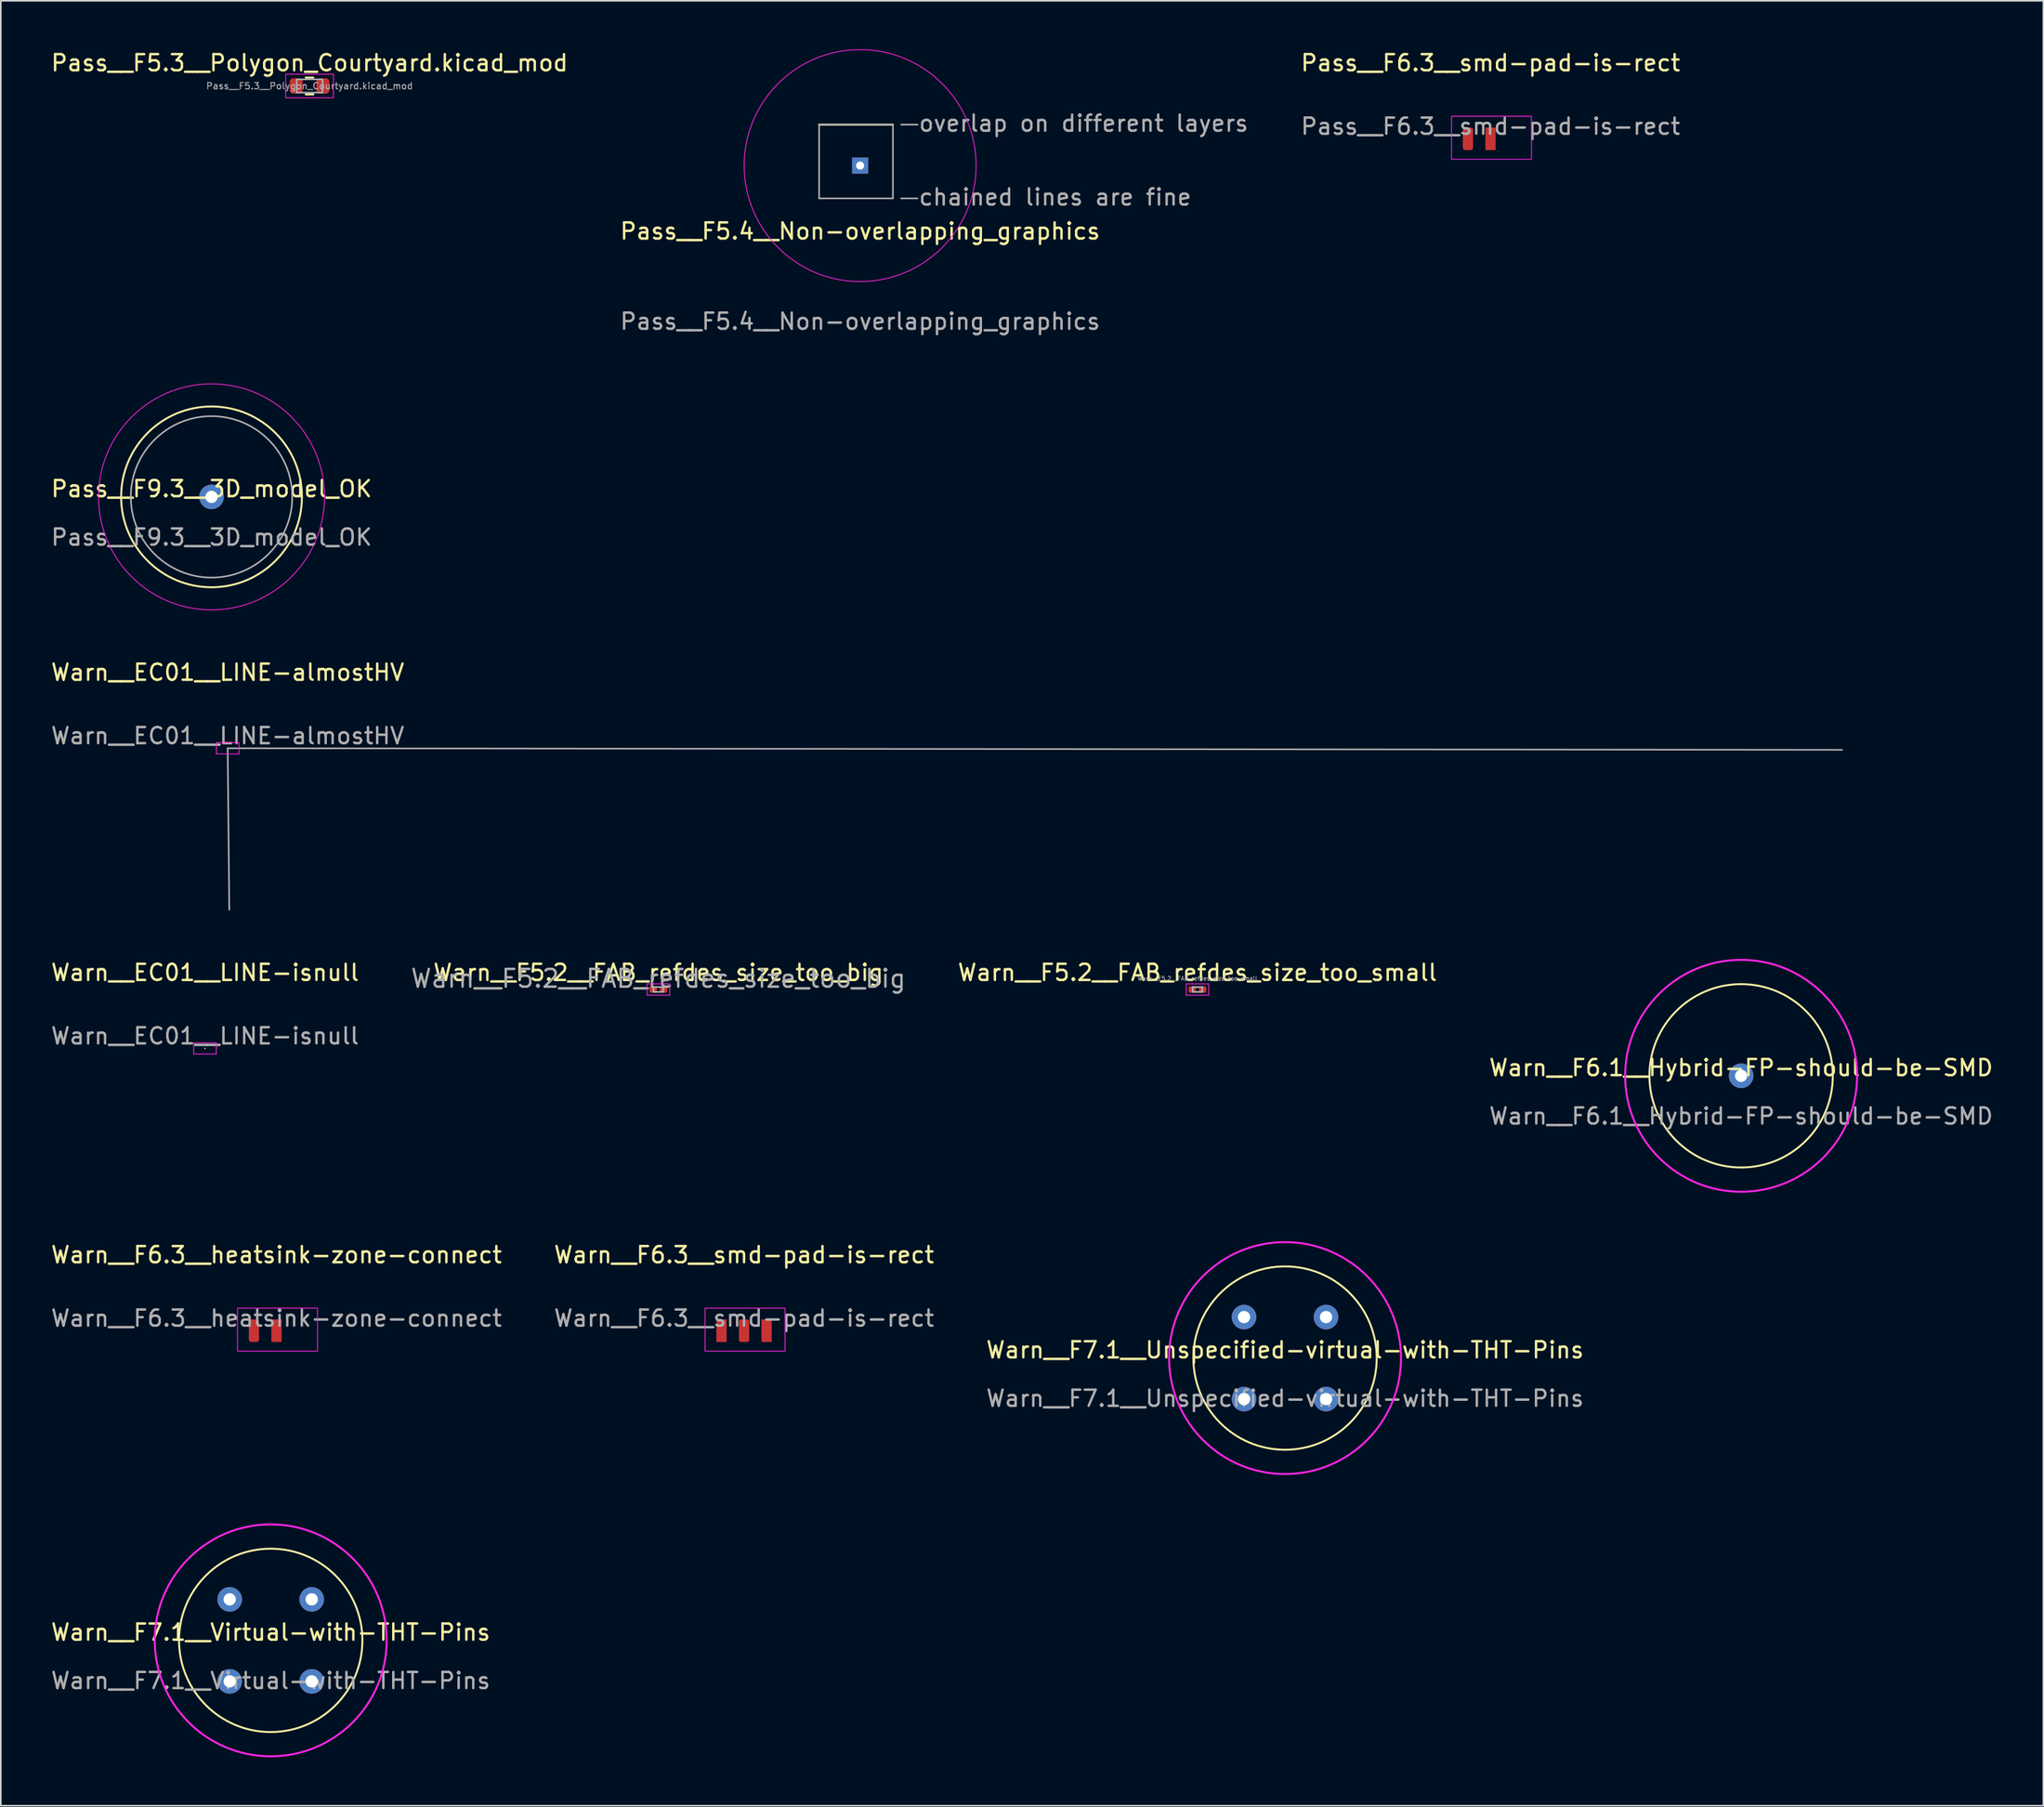
<source format=kicad_pcb>
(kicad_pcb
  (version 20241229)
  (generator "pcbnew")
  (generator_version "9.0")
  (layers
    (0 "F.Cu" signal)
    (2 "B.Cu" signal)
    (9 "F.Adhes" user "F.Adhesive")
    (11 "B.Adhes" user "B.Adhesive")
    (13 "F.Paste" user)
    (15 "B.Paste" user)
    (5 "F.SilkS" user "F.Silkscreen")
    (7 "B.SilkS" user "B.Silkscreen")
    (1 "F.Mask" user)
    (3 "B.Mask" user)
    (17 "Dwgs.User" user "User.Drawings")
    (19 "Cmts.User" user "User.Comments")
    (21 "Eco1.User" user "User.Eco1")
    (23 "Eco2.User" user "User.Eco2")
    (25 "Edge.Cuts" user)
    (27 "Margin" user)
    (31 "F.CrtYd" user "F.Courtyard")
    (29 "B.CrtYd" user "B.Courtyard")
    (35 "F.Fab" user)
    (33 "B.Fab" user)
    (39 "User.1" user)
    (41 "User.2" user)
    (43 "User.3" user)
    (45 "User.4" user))
  (footprint "Pass__F5.4__Non-overlapping_graphics"
    (layer "F.Cu")
    (at 50.232 7.209)
    (property "Reference" "Pass__F5.4__Non-overlapping_graphics" (at 0 4.064 0) (unlocked yes) (layer "F.SilkS") (effects (font (size 1 1) (thickness 0.15))))
    (attr through_hole)
    (fp_line (start -2.54 -2.54) (end 2.032 -2.54) (stroke (width 0.12) (type default)) (layer "F.SilkS"))
    (fp_circle (center 0 0) (end 5.08 -5.08) (stroke (width 0.05) (type solid)) (fill no) (layer "F.CrtYd"))
    (fp_line (start -2.54 -2.54) (end 2.032 -2.54) (stroke (width 0.1) (type default)) (layer "F.Fab"))
    (fp_line (start -2.54 2.032) (end -2.54 -2.54) (stroke (width 0.1) (type default)) (layer "F.Fab"))
    (fp_line (start 2.032 -2.54) (end 2.032 2.032) (stroke (width 0.1) (type default)) (layer "F.Fab"))
    (fp_line (start 2.032 2.032) (end -2.54 2.032) (stroke (width 0.1) (type default)) (layer "F.Fab"))
    (fp_line (start 3.556 -2.54) (end 2.54 -2.54) (stroke (width 0.1) (type default)) (layer "F.Fab"))
    (fp_line (start 3.556 2.032) (end 2.54 2.032) (stroke (width 0.1) (type default)) (layer "F.Fab"))
    (fp_text user "${REFERENCE}" (at 0 9.652 0) (unlocked yes) (layer "F.Fab") (effects (font (size 1 1) (thickness 0.15))))
    (fp_text user "chained lines are fine" (at 3.556 2.54 0) (unlocked yes) (layer "F.Fab") (effects (font (size 1 1) (thickness 0.15)) (justify left bottom)))
    (fp_text user "overlap on different layers" (at 3.556 -2.032 0) (unlocked yes) (layer "F.Fab") (effects (font (size 1 1) (thickness 0.15)) (justify left bottom)))
    (pad "1" thru_hole rect (at 0 0) (size 1 1) (drill 0.5) (layers "*.Cu" "*.Mask")))
  (footprint "Pass__F6.3__smd-pad-is-rect"
    (layer "F.Cu")
    (at 89.282 5.548)
    (property "Reference" "Pass__F6.3__smd-pad-is-rect" (at 0 -4.7 0) (layer "F.SilkS") (effects (font (size 1 1) (thickness 0.15))))
    (attr smd)
    (fp_rect (start -2.413 -1.397) (end 2.54 1.27) (stroke (width 0.05) (type solid)) (fill no) (layer "F.CrtYd"))
    (fp_text user "${REFERENCE}" (at 0 -0.77 0) (layer "F.Fab") (effects (font (size 1 1) (thickness 0.15))))
    (pad "1" smd roundrect (at -1.397 0) (size 0.635 1.397) (layers "F.Cu" "F.Mask" "F.Paste") (roundrect_rratio 0.25))
    (pad "2" smd rect (at 0 0) (size 0.635 1.397) (property pad_prop_heatsink) (layers "F.Cu" "F.Mask" "F.Paste")))
  (footprint "Warn__EC01__LINE-almostHV"
    (layer "F.Cu")
    (at 11.054 43.308)
    (property "Reference" "Warn__EC01__LINE-almostHV" (at 0 -4.7 0) (layer "F.SilkS") (effects (font (size 1 1) (thickness 0.15))))
    (fp_line (start -0.7 -0.35) (end 0.7 -0.35) (stroke (width 0.05) (type solid)) (layer "F.CrtYd"))
    (fp_line (start -0.7 0.35) (end -0.7 -0.35) (stroke (width 0.05) (type solid)) (layer "F.CrtYd"))
    (fp_line (start 0.7 -0.35) (end 0.7 0.35) (stroke (width 0.05) (type solid)) (layer "F.CrtYd"))
    (fp_line (start 0.7 0.35) (end -0.7 0.35) (stroke (width 0.05) (type solid)) (layer "F.CrtYd"))
    (fp_line (start 0 0) (end 0.1 10) (stroke (width 0.1) (type solid)) (layer "F.Fab"))
    (fp_line (start 0 0) (end 100 0.1) (stroke (width 0.1) (type solid)) (layer "F.Fab"))
    (fp_text user "${REFERENCE}" (at 0 -0.77 0) (layer "F.Fab") (effects (font (size 1 1) (thickness 0.15)))))
  (footprint "Warn__F5.2__FAB_refdes_size_too_small"
    (layer "F.Cu")
    (at 71.129 58.256)
    (property "Reference" "Warn__F5.2__FAB_refdes_size_too_small" (at 0 -1.05 0) (layer "F.SilkS") (effects (font (size 1 1) (thickness 0.15))))
    (attr smd)
    (fp_line (start -0.7 -0.35) (end 0.7 -0.35) (stroke (width 0.05) (type solid)) (layer "F.CrtYd"))
    (fp_line (start -0.7 0.35) (end -0.7 -0.35) (stroke (width 0.05) (type solid)) (layer "F.CrtYd"))
    (fp_line (start 0.7 -0.35) (end 0.7 0.35) (stroke (width 0.05) (type solid)) (layer "F.CrtYd"))
    (fp_line (start 0.7 0.35) (end -0.7 0.35) (stroke (width 0.05) (type solid)) (layer "F.CrtYd"))
    (fp_line (start -0.3 -0.15) (end 0.3 -0.15) (stroke (width 0.1) (type solid)) (layer "F.Fab"))
    (fp_line (start -0.3 0.15) (end -0.3 -0.15) (stroke (width 0.1) (type solid)) (layer "F.Fab"))
    (fp_line (start 0.3 -0.15) (end 0.3 0.15) (stroke (width 0.1) (type solid)) (layer "F.Fab"))
    (fp_line (start 0.3 0.15) (end -0.3 0.15) (stroke (width 0.1) (type solid)) (layer "F.Fab"))
    (fp_text user "${REFERENCE}" (at 0 -0.68 0) (layer "F.Fab") (effects (font (size 0.25 0.25) (thickness 0.04))))
    (pad "" smd roundrect (at -0.345 0) (size 0.318 0.36) (layers "F.Paste") (roundrect_rratio 0.25))
    (pad "" smd roundrect (at 0.345 0) (size 0.318 0.36) (layers "F.Paste") (roundrect_rratio 0.25))
    (pad "1" smd roundrect (at -0.32 0) (size 0.46 0.4) (layers "F.Cu" "F.Mask") (roundrect_rratio 0.25))
    (pad "2" smd roundrect (at 0.32 0) (size 0.46 0.4) (layers "F.Cu" "F.Mask") (roundrect_rratio 0.25)))
  (footprint "Warn__F6.3__heatsink-zone-connect"
    (layer "F.Cu")
    (at 14.077 79.394)
    (property "Reference" "Warn__F6.3__heatsink-zone-connect" (at 0 -4.7 0) (layer "F.SilkS") (effects (font (size 1 1) (thickness 0.15))))
    (attr smd)
    (fp_rect (start -2.413 -1.397) (end 2.54 1.27) (stroke (width 0.05) (type solid)) (fill no) (layer "F.CrtYd"))
    (fp_text user "${REFERENCE}" (at 0 -0.77 0) (layer "F.Fab") (effects (font (size 1 1) (thickness 0.15))))
    (pad "1" smd roundrect (at -1.397 0) (size 0.635 1.397) (layers "F.Cu" "F.Mask" "F.Paste") (roundrect_rratio 0.25))
    (pad "2" smd rect (at 0 0) (size 0.635 1.397) (property pad_prop_heatsink) (layers "F.Cu" "F.Mask" "F.Paste")))
  (footprint "Warn__F6.1__Hybrid-FP-should-be-SMD"
    (layer "F.Cu")
    (at 104.807 63.602)
    (property "Reference" "Warn__F6.1__Hybrid-FP-should-be-SMD" (at 0 -0.5 0) (unlocked yes) (layer "F.SilkS") (effects (font (size 1 1) (thickness 0.15))))
    (attr through_hole)
    (fp_circle (center 0 0) (end 5.08 -2.54) (stroke (width 0.12) (type solid)) (fill no) (layer "F.SilkS"))
    (fp_circle (center 0 0) (end 5.08 -5.08) (stroke (width 0.12) (type solid)) (fill no) (layer "F.CrtYd"))
    (fp_text user "${REFERENCE}" (at 0 2.5 0) (unlocked yes) (layer "F.Fab") (effects (font (size 1 1) (thickness 0.15))))
    (pad "1" thru_hole circle (at 0 0) (size 1.524 1.524) (drill 0.762) (layers "*.Cu" "*.Mask"))
    (pad "2" smd roundrect (at 0 0) (size 0.635 1.397) (layers "F.Cu" "F.Mask" "F.Paste") (roundrect_rratio 0.2)))
  (footprint "Pass__F5.3__Polygon_Courtyard.kicad_mod"
    (layer "F.Cu")
    (at 16.125 2.278)
    (property "Reference" "Pass__F5.3__Polygon_Courtyard.kicad_mod" (at 0 -1.43 0) (layer "F.SilkS") (effects (font (size 1 1) (thickness 0.15))))
    (attr smd)
    (fp_line (start -0.237 -0.522) (end 0.237 -0.522) (stroke (width 0.12) (type solid)) (layer "F.SilkS"))
    (fp_line (start -0.237 0.522) (end 0.237 0.522) (stroke (width 0.12) (type solid)) (layer "F.SilkS"))
    (fp_poly (pts (xy 1.48 0.73) (xy -1.48 0.73) (xy -1.48 -0.73) (xy 1.48 -0.73)) (stroke (width 0.05) (type solid)) (fill no) (layer "F.CrtYd"))
    (fp_rect (start -0.8 -0.412) (end 0.8 0.412) (stroke (width 0.1) (type solid)) (fill no) (layer "F.Fab"))
    (fp_text user "${REFERENCE}" (at 0 0 0) (layer "F.Fab") (effects (font (size 0.4 0.4) (thickness 0.06))))
    (pad "1" smd roundrect (at -0.825 0) (size 0.8 0.95) (layers "F.Cu" "F.Mask" "F.Paste") (roundrect_rratio 0.25))
    (pad "2" smd roundrect (at 0.825 0) (size 0.8 0.95) (layers "F.Cu" "F.Mask" "F.Paste") (roundrect_rratio 0.25)))
  (footprint "Warn__F5.2__FAB_refdes_size_too_big"
    (layer "F.Cu")
    (at 37.734 58.256)
    (property "Reference" "Warn__F5.2__FAB_refdes_size_too_big" (at 0 -1.05 0) (layer "F.SilkS") (effects (font (size 1 1) (thickness 0.15))))
    (attr smd)
    (fp_line (start -0.7 -0.35) (end 0.7 -0.35) (stroke (width 0.05) (type solid)) (layer "F.CrtYd"))
    (fp_line (start -0.7 0.35) (end -0.7 -0.35) (stroke (width 0.05) (type solid)) (layer "F.CrtYd"))
    (fp_line (start 0.7 -0.35) (end 0.7 0.35) (stroke (width 0.05) (type solid)) (layer "F.CrtYd"))
    (fp_line (start 0.7 0.35) (end -0.7 0.35) (stroke (width 0.05) (type solid)) (layer "F.CrtYd"))
    (fp_line (start -0.3 -0.15) (end 0.3 -0.15) (stroke (width 0.1) (type solid)) (layer "F.Fab"))
    (fp_line (start -0.3 0.15) (end -0.3 -0.15) (stroke (width 0.1) (type solid)) (layer "F.Fab"))
    (fp_line (start 0.3 -0.15) (end 0.3 0.15) (stroke (width 0.1) (type solid)) (layer "F.Fab"))
    (fp_line (start 0.3 0.15) (end -0.3 0.15) (stroke (width 0.1) (type solid)) (layer "F.Fab"))
    (fp_text user "${REFERENCE}" (at 0 -0.68 0) (layer "F.Fab") (effects (font (size 1.1 1.1) (thickness 0.15))))
    (pad "" smd roundrect (at -0.345 0) (size 0.318 0.36) (layers "F.Paste") (roundrect_rratio 0.25))
    (pad "" smd roundrect (at 0.345 0) (size 0.318 0.36) (layers "F.Paste") (roundrect_rratio 0.25))
    (pad "1" smd roundrect (at -0.32 0) (size 0.46 0.4) (layers "F.Cu" "F.Mask") (roundrect_rratio 0.25))
    (pad "2" smd roundrect (at 0.32 0) (size 0.46 0.4) (layers "F.Cu" "F.Mask") (roundrect_rratio 0.25)))
  (footprint "Warn__F7.1__Virtual-with-THT-Pins"
    (layer "F.Cu")
    (at 13.72 98.579)
    (property "Reference" "Warn__F7.1__Virtual-with-THT-Pins" (at 0 -0.5 0) (unlocked yes) (layer "F.SilkS") (effects (font (size 1 1) (thickness 0.15))))
    (attr through_hole)
    (fp_circle (center 0 0) (end 5.08 -2.54) (stroke (width 0.12) (type solid)) (fill no) (layer "F.SilkS"))
    (fp_circle (center 0 0) (end 5.08 -5.08) (stroke (width 0.12) (type solid)) (fill no) (layer "F.CrtYd"))
    (fp_text user "${REFERENCE}" (at 0 2.5 0) (unlocked yes) (layer "F.Fab") (effects (font (size 1 1) (thickness 0.15))))
    (pad "1" thru_hole circle (at -2.54 -2.54) (size 1.524 1.524) (drill 0.762) (layers "*.Cu" "*.Mask"))
    (pad "2" thru_hole circle (at 2.54 -2.54) (size 1.524 1.524) (drill 0.762) (layers "*.Cu" "*.Mask"))
    (pad "3" thru_hole circle (at 2.54 2.54) (size 1.524 1.524) (drill 0.762) (layers "*.Cu" "*.Mask"))
    (pad "4" thru_hole circle (at -2.54 2.54) (size 1.524 1.524) (drill 0.762) (layers "*.Cu" "*.Mask")))
  (footprint "Warn__EC01__LINE-isnull"
    (layer "F.Cu")
    (at 9.649 61.906)
    (property "Reference" "Warn__EC01__LINE-isnull" (at 0 -4.7 0) (layer "F.SilkS") (effects (font (size 1 1) (thickness 0.15))))
    (fp_line (start -0.7 -0.35) (end 0.7 -0.35) (stroke (width 0.05) (type solid)) (layer "F.CrtYd"))
    (fp_line (start -0.7 0.35) (end -0.7 -0.35) (stroke (width 0.05) (type solid)) (layer "F.CrtYd"))
    (fp_line (start 0.7 -0.35) (end 0.7 0.35) (stroke (width 0.05) (type solid)) (layer "F.CrtYd"))
    (fp_line (start 0.7 0.35) (end -0.7 0.35) (stroke (width 0.05) (type solid)) (layer "F.CrtYd"))
    (fp_line (start 0 0) (end 0 0) (stroke (width 0.1) (type solid)) (layer "F.Fab"))
    (fp_text user "${REFERENCE}" (at 0 -0.77 0) (layer "F.Fab") (effects (font (size 1 1) (thickness 0.15)))))
  (footprint "Pass__F9.3__3D_model_OK"
    (layer "F.Cu")
    (at 10.054 27.734)
    (property "Reference" "Pass__F9.3__3D_model_OK" (at 0 -0.5 0) (unlocked yes) (layer "F.SilkS") (effects (font (size 1 1) (thickness 0.15))))
    (attr through_hole)
    (fp_circle (center 0 0) (end 5.6 0) (stroke (width 0.12) (type solid)) (fill no) (layer "F.SilkS"))
    (fp_circle (center 0 0) (end 7 0) (stroke (width 0.05) (type solid)) (fill no) (layer "F.CrtYd"))
    (fp_circle (center 0 0) (end 5 0) (stroke (width 0.1) (type solid)) (fill no) (layer "F.Fab"))
    (fp_text user "${REFERENCE}" (at 0 2.5 0) (unlocked yes) (layer "F.Fab") (effects (font (size 1 1) (thickness 0.15))))
    (pad "1" thru_hole circle (at 0 0) (size 1.524 1.524) (drill 0.762) (layers "*.Cu" "*.Mask")))
  (footprint "Warn__F6.3__smd-pad-is-rect"
    (layer "F.Cu")
    (at 43.042 79.394)
    (property "Reference" "Warn__F6.3__smd-pad-is-rect" (at 0 -4.7 0) (layer "F.SilkS") (effects (font (size 1 1) (thickness 0.15))))
    (attr smd)
    (fp_rect (start -2.413 -1.397) (end 2.54 1.27) (stroke (width 0.05) (type solid)) (fill no) (layer "F.CrtYd"))
    (fp_text user "${REFERENCE}" (at 0 -0.77 0) (layer "F.Fab") (effects (font (size 1 1) (thickness 0.15))))
    (pad "1" smd rect (at -1.397 0) (size 0.635 1.397) (layers "F.Cu" "F.Mask" "F.Paste"))
    (pad "2" smd roundrect (at 0 0) (size 0.635 1.397) (layers "F.Cu" "F.Mask" "F.Paste") (roundrect_rratio 0.2))
    (pad "3" smd rect (at 1.397 0) (size 0.635 1.397) (layers "F.Cu" "F.Mask" "F.Paste")))
  (footprint "Warn__F7.1__Unspecified-virtual-with-THT-Pins"
    (layer "F.Cu")
    (at 76.554 81.09)
    (property "Reference" "Warn__F7.1__Unspecified-virtual-with-THT-Pins" (at 0 -0.5 0) (unlocked yes) (layer "F.SilkS") (effects (font (size 1 1) (thickness 0.15))))
    (attr exclude_from_pos_files exclude_from_bom)
    (fp_circle (center 0 0) (end 5.08 -2.54) (stroke (width 0.12) (type solid)) (fill no) (layer "F.SilkS"))
    (fp_circle (center 0 0) (end 5.08 -5.08) (stroke (width 0.12) (type solid)) (fill no) (layer "F.CrtYd"))
    (fp_text user "${REFERENCE}" (at 0 2.5 0) (unlocked yes) (layer "F.Fab") (effects (font (size 1 1) (thickness 0.15))))
    (pad "1" thru_hole circle (at -2.54 -2.54) (size 1.524 1.524) (drill 0.762) (layers "*.Cu" "*.Mask"))
    (pad "2" thru_hole circle (at 2.54 -2.54) (size 1.524 1.524) (drill 0.762) (layers "*.Cu" "*.Mask"))
    (pad "3" thru_hole circle (at 2.54 2.54) (size 1.524 1.524) (drill 0.762) (layers "*.Cu" "*.Mask"))
    (pad "4" thru_hole circle (at -2.54 2.54) (size 1.524 1.524) (drill 0.762) (layers "*.Cu" "*.Mask")))
  (gr_rect
    (start -3 -3)
    (end 123.528 108.823)
    (stroke (width 0.1) (type default))
    (fill no)
    (layer "Edge.Cuts")))
</source>
